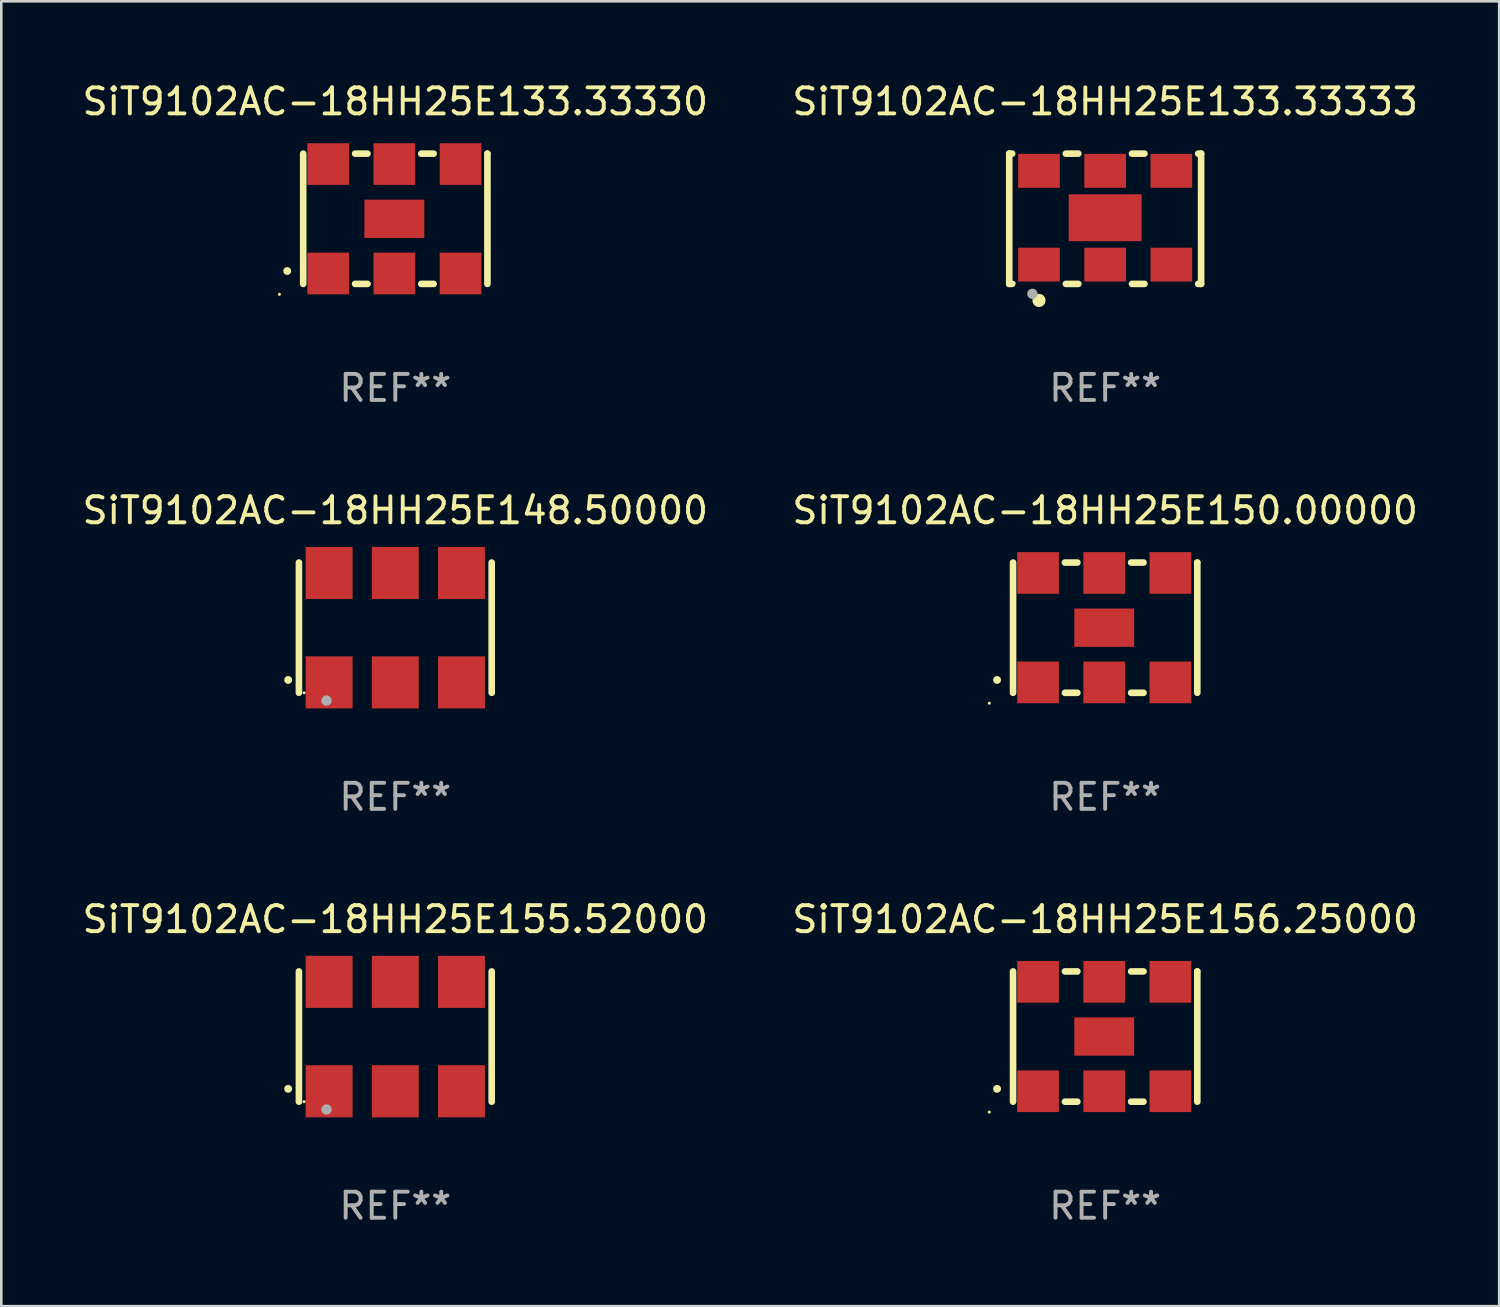
<source format=kicad_pcb>
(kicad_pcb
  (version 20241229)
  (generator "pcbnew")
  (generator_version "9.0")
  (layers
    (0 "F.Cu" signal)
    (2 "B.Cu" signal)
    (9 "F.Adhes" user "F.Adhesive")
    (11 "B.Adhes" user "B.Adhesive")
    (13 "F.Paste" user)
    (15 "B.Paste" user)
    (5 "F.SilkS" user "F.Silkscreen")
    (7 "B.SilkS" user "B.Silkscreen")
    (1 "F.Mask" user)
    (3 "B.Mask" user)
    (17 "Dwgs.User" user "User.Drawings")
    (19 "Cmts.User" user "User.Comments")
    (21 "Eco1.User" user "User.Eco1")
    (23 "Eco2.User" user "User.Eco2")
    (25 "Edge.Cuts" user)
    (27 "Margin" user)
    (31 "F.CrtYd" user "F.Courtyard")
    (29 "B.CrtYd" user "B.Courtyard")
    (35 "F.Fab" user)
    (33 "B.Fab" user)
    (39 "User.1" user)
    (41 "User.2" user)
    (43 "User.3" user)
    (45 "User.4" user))
  (footprint "SiT9102AC-18HH25E133.33330"
    (layer "F.Cu")
    (at 12.125 5.348)
    (property "Reference" "SiT9102AC-18HH25E133.33330" (at 0 -4.5 0) (layer "F.SilkS") (effects (font (size 1 1) (thickness 0.15))))
    (attr through_hole)
    (fp_line (start -3.536 -2.5) (end -3.536 2.5) (stroke (width 0.254) (type solid)) (layer "F.SilkS"))
    (fp_line (start -1.544 2.5) (end -1.067 2.5) (stroke (width 0.254) (type solid)) (layer "F.SilkS"))
    (fp_line (start -1.067 -2.5) (end -1.544 -2.5) (stroke (width 0.254) (type solid)) (layer "F.SilkS"))
    (fp_line (start 0.996 2.5) (end 1.473 2.5) (stroke (width 0.254) (type solid)) (layer "F.SilkS"))
    (fp_line (start 1.473 -2.5) (end 0.996 -2.5) (stroke (width 0.254) (type solid)) (layer "F.SilkS"))
    (fp_line (start 3.536 -2.5) (end 3.536 -2.5) (stroke (width 0.254) (type solid)) (layer "F.SilkS"))
    (fp_line (start 3.536 2.5) (end 3.536 -2.5) (stroke (width 0.254) (type solid)) (layer "F.SilkS"))
    (fp_arc (start -4.150432 2.006604) (mid -4.149162 2.006599) (end -4.147892 2.006604) (stroke (width 0.3) (type solid)) (layer "F.SilkS"))
    (fp_circle (center -4.449 2.9) (end -4.419 2.9) (stroke (width 0.06) (type solid)) (fill no) (layer "F.SilkS"))
    (fp_text user "REF**" (at 0 6.5 0) (layer "F.Fab") (effects (font (size 1 1) (thickness 0.15))))
    (pad "1" smd rect (at -2.576 2.1) (size 1.6 1.6) (layers "F.Cu" "F.Mask" "F.Paste"))
    (pad "2" smd rect (at -0.036 2.1) (size 1.6 1.6) (layers "F.Cu" "F.Mask" "F.Paste"))
    (pad "3" smd rect (at 2.504 2.1) (size 1.6 1.6) (layers "F.Cu" "F.Mask" "F.Paste"))
    (pad "4" smd rect (at 2.504 -2.1) (size 1.6 1.6) (layers "F.Cu" "F.Mask" "F.Paste"))
    (pad "5" smd rect (at -0.036 -2.1) (size 1.6 1.6) (layers "F.Cu" "F.Mask" "F.Paste"))
    (pad "6" smd rect (at -2.576 -2.1) (size 1.6 1.6) (layers "F.Cu" "F.Mask" "F.Paste"))
    (pad "7" smd rect (at -0.036 0) (size 2.3 1.47) (layers "F.Cu" "F.Mask" "F.Paste")))
  (footprint "SiT9102AC-18HH25E155.52000"
    (layer "F.Cu")
    (at 12.125 36.741)
    (property "Reference" "SiT9102AC-18HH25E155.52000" (at 0 -4.5 0) (layer "F.SilkS") (effects (font (size 1 1) (thickness 0.15))))
    (attr through_hole)
    (fp_line (start -3.7 -2.5) (end -3.7 2.5) (stroke (width 0.254) (type solid)) (layer "F.SilkS"))
    (fp_line (start 3.7 -2.5) (end 3.7 2.5) (stroke (width 0.254) (type solid)) (layer "F.SilkS"))
    (fp_arc (start -4.114415 2.006604) (mid -4.113145 2.006599) (end -4.111875 2.006604) (stroke (width 0.3) (type solid)) (layer "F.SilkS"))
    (fp_circle (center -3.5 2.501) (end -3.47 2.501) (stroke (width 0.06) (type solid)) (fill no) (layer "F.SilkS"))
    (fp_circle (center -2.641 2.799) (end -2.541 2.799) (stroke (width 0.2) (type solid)) (fill no) (layer "F.Fab"))
    (fp_text user "REF**" (at 0 6.5 0) (layer "F.Fab") (effects (font (size 1 1) (thickness 0.15))))
    (pad "1" smd rect (at -2.54 2.1) (size 1.8 2) (layers "F.Cu" "F.Mask" "F.Paste"))
    (pad "2" smd rect (at 0.000394 2.1) (size 1.8 2) (layers "F.Cu" "F.Mask" "F.Paste"))
    (pad "3" smd rect (at 2.54 2.1) (size 1.8 2) (layers "F.Cu" "F.Mask" "F.Paste"))
    (pad "4" smd rect (at 2.54 -2.1) (size 1.8 2) (layers "F.Cu" "F.Mask" "F.Paste"))
    (pad "5" smd rect (at 0.000394 -2.1) (size 1.8 2) (layers "F.Cu" "F.Mask" "F.Paste"))
    (pad "6" smd rect (at -2.54 -2.1) (size 1.8 2) (layers "F.Cu" "F.Mask" "F.Paste")))
  (footprint "SiT9102AC-18HH25E150.00000"
    (layer "F.Cu")
    (at 39.375 21.045)
    (property "Reference" "SiT9102AC-18HH25E150.00000" (at 0 -4.5 0) (layer "F.SilkS") (effects (font (size 1 1) (thickness 0.15))))
    (attr through_hole)
    (fp_line (start -3.536 -2.5) (end -3.536 2.5) (stroke (width 0.254) (type solid)) (layer "F.SilkS"))
    (fp_line (start -1.544 2.5) (end -1.067 2.5) (stroke (width 0.254) (type solid)) (layer "F.SilkS"))
    (fp_line (start -1.067 -2.5) (end -1.544 -2.5) (stroke (width 0.254) (type solid)) (layer "F.SilkS"))
    (fp_line (start 0.996 2.5) (end 1.473 2.5) (stroke (width 0.254) (type solid)) (layer "F.SilkS"))
    (fp_line (start 1.473 -2.5) (end 0.996 -2.5) (stroke (width 0.254) (type solid)) (layer "F.SilkS"))
    (fp_line (start 3.536 -2.5) (end 3.536 -2.5) (stroke (width 0.254) (type solid)) (layer "F.SilkS"))
    (fp_line (start 3.536 2.5) (end 3.536 -2.5) (stroke (width 0.254) (type solid)) (layer "F.SilkS"))
    (fp_arc (start -4.150432 2.006604) (mid -4.149162 2.006599) (end -4.147892 2.006604) (stroke (width 0.3) (type solid)) (layer "F.SilkS"))
    (fp_circle (center -4.449 2.9) (end -4.419 2.9) (stroke (width 0.06) (type solid)) (fill no) (layer "F.SilkS"))
    (fp_text user "REF**" (at 0 6.5 0) (layer "F.Fab") (effects (font (size 1 1) (thickness 0.15))))
    (pad "1" smd rect (at -2.576 2.1) (size 1.6 1.6) (layers "F.Cu" "F.Mask" "F.Paste"))
    (pad "2" smd rect (at -0.036 2.1) (size 1.6 1.6) (layers "F.Cu" "F.Mask" "F.Paste"))
    (pad "3" smd rect (at 2.504 2.1) (size 1.6 1.6) (layers "F.Cu" "F.Mask" "F.Paste"))
    (pad "4" smd rect (at 2.504 -2.1) (size 1.6 1.6) (layers "F.Cu" "F.Mask" "F.Paste"))
    (pad "5" smd rect (at -0.036 -2.1) (size 1.6 1.6) (layers "F.Cu" "F.Mask" "F.Paste"))
    (pad "6" smd rect (at -2.576 -2.1) (size 1.6 1.6) (layers "F.Cu" "F.Mask" "F.Paste"))
    (pad "7" smd rect (at -0.036 0) (size 2.3 1.47) (layers "F.Cu" "F.Mask" "F.Paste")))
  (footprint "SiT9102AC-18HH25E148.50000"
    (layer "F.Cu")
    (at 12.125 21.045)
    (property "Reference" "SiT9102AC-18HH25E148.50000" (at 0 -4.5 0) (layer "F.SilkS") (effects (font (size 1 1) (thickness 0.15))))
    (attr through_hole)
    (fp_line (start -3.7 -2.5) (end -3.7 2.5) (stroke (width 0.254) (type solid)) (layer "F.SilkS"))
    (fp_line (start 3.7 -2.5) (end 3.7 2.5) (stroke (width 0.254) (type solid)) (layer "F.SilkS"))
    (fp_arc (start -4.114415 2.006604) (mid -4.113145 2.006599) (end -4.111875 2.006604) (stroke (width 0.3) (type solid)) (layer "F.SilkS"))
    (fp_circle (center -3.5 2.501) (end -3.47 2.501) (stroke (width 0.06) (type solid)) (fill no) (layer "F.SilkS"))
    (fp_circle (center -2.641 2.799) (end -2.541 2.799) (stroke (width 0.2) (type solid)) (fill no) (layer "F.Fab"))
    (fp_text user "REF**" (at 0 6.5 0) (layer "F.Fab") (effects (font (size 1 1) (thickness 0.15))))
    (pad "1" smd rect (at -2.54 2.1) (size 1.8 2) (layers "F.Cu" "F.Mask" "F.Paste"))
    (pad "2" smd rect (at 0.000394 2.1) (size 1.8 2) (layers "F.Cu" "F.Mask" "F.Paste"))
    (pad "3" smd rect (at 2.54 2.1) (size 1.8 2) (layers "F.Cu" "F.Mask" "F.Paste"))
    (pad "4" smd rect (at 2.54 -2.1) (size 1.8 2) (layers "F.Cu" "F.Mask" "F.Paste"))
    (pad "5" smd rect (at 0.000394 -2.1) (size 1.8 2) (layers "F.Cu" "F.Mask" "F.Paste"))
    (pad "6" smd rect (at -2.54 -2.1) (size 1.8 2) (layers "F.Cu" "F.Mask" "F.Paste")))
  (footprint "SiT9102AC-18HH25E133.33333"
    (layer "F.Cu")
    (at 39.375 5.348)
    (property "Reference" "SiT9102AC-18HH25E133.33333" (at 0 -4.5 0) (layer "F.SilkS") (effects (font (size 1 1) (thickness 0.15))))
    (attr through_hole)
    (fp_line (start -3.683 -2.5) (end -3.571 -2.5) (stroke (width 0.254) (type solid)) (layer "F.SilkS"))
    (fp_line (start -3.683 2.5) (end -3.683 -2.5) (stroke (width 0.254) (type solid)) (layer "F.SilkS"))
    (fp_line (start -3.683 2.5) (end -3.571 2.5) (stroke (width 0.254) (type solid)) (layer "F.SilkS"))
    (fp_line (start -1.509 -2.5) (end -1.031 -2.5) (stroke (width 0.254) (type solid)) (layer "F.SilkS"))
    (fp_line (start -1.509 2.5) (end -1.031 2.5) (stroke (width 0.254) (type solid)) (layer "F.SilkS"))
    (fp_line (start 1.031 -2.5) (end 1.509 -2.5) (stroke (width 0.254) (type solid)) (layer "F.SilkS"))
    (fp_line (start 1.031 2.5) (end 1.509 2.5) (stroke (width 0.254) (type solid)) (layer "F.SilkS"))
    (fp_line (start 3.571 -2.5) (end 3.683 -2.5) (stroke (width 0.254) (type solid)) (layer "F.SilkS"))
    (fp_line (start 3.571 2.5) (end 3.683 2.5) (stroke (width 0.254) (type solid)) (layer "F.SilkS"))
    (fp_line (start 3.683 2.5) (end 3.683 -2.5) (stroke (width 0.254) (type solid)) (layer "F.SilkS"))
    (fp_circle (center -3.5 2.46) (end -3.47 2.46) (stroke (width 0.06) (type solid)) (fill no) (layer "F.SilkS"))
    (fp_circle (center -2.54 3.135) (end -2.413 3.135) (stroke (width 0.254) (type solid)) (fill no) (layer "F.SilkS"))
    (fp_circle (center -2.794 2.881) (end -2.694 2.881) (stroke (width 0.2) (type solid)) (fill no) (layer "F.Fab"))
    (fp_text user "REF**" (at 0 6.5 0) (layer "F.Fab") (effects (font (size 1 1) (thickness 0.15))))
    (pad "1" smd rect (at -2.54 1.76) (size 1.6 1.3) (layers "F.Cu" "F.Mask" "F.Paste"))
    (pad "2" smd rect (at 0 1.76) (size 1.6 1.3) (layers "F.Cu" "F.Mask" "F.Paste"))
    (pad "3" smd rect (at 2.54 1.76) (size 1.6 1.3) (layers "F.Cu" "F.Mask" "F.Paste"))
    (pad "4" smd rect (at 2.54 -1.84) (size 1.6 1.3) (layers "F.Cu" "F.Mask" "F.Paste"))
    (pad "5" smd rect (at 0 -1.84) (size 1.6 1.3) (layers "F.Cu" "F.Mask" "F.Paste"))
    (pad "6" smd rect (at -2.54 -1.84) (size 1.6 1.3) (layers "F.Cu" "F.Mask" "F.Paste"))
    (pad "7" smd rect (at 0 -0.04) (size 2.8 1.8) (layers "F.Cu" "F.Mask" "F.Paste")))
  (footprint "SiT9102AC-18HH25E156.25000"
    (layer "F.Cu")
    (at 39.375 36.741)
    (property "Reference" "SiT9102AC-18HH25E156.25000" (at 0 -4.5 0) (layer "F.SilkS") (effects (font (size 1 1) (thickness 0.15))))
    (attr through_hole)
    (fp_line (start -3.536 -2.5) (end -3.536 2.5) (stroke (width 0.254) (type solid)) (layer "F.SilkS"))
    (fp_line (start -1.544 2.5) (end -1.067 2.5) (stroke (width 0.254) (type solid)) (layer "F.SilkS"))
    (fp_line (start -1.067 -2.5) (end -1.544 -2.5) (stroke (width 0.254) (type solid)) (layer "F.SilkS"))
    (fp_line (start 0.996 2.5) (end 1.473 2.5) (stroke (width 0.254) (type solid)) (layer "F.SilkS"))
    (fp_line (start 1.473 -2.5) (end 0.996 -2.5) (stroke (width 0.254) (type solid)) (layer "F.SilkS"))
    (fp_line (start 3.536 -2.5) (end 3.536 -2.5) (stroke (width 0.254) (type solid)) (layer "F.SilkS"))
    (fp_line (start 3.536 2.5) (end 3.536 -2.5) (stroke (width 0.254) (type solid)) (layer "F.SilkS"))
    (fp_arc (start -4.150432 2.006604) (mid -4.149162 2.006599) (end -4.147892 2.006604) (stroke (width 0.3) (type solid)) (layer "F.SilkS"))
    (fp_circle (center -4.449 2.9) (end -4.419 2.9) (stroke (width 0.06) (type solid)) (fill no) (layer "F.SilkS"))
    (fp_text user "REF**" (at 0 6.5 0) (layer "F.Fab") (effects (font (size 1 1) (thickness 0.15))))
    (pad "1" smd rect (at -2.576 2.1) (size 1.6 1.6) (layers "F.Cu" "F.Mask" "F.Paste"))
    (pad "2" smd rect (at -0.036 2.1) (size 1.6 1.6) (layers "F.Cu" "F.Mask" "F.Paste"))
    (pad "3" smd rect (at 2.504 2.1) (size 1.6 1.6) (layers "F.Cu" "F.Mask" "F.Paste"))
    (pad "4" smd rect (at 2.504 -2.1) (size 1.6 1.6) (layers "F.Cu" "F.Mask" "F.Paste"))
    (pad "5" smd rect (at -0.036 -2.1) (size 1.6 1.6) (layers "F.Cu" "F.Mask" "F.Paste"))
    (pad "6" smd rect (at -2.576 -2.1) (size 1.6 1.6) (layers "F.Cu" "F.Mask" "F.Paste"))
    (pad "7" smd rect (at -0.036 0) (size 2.3 1.47) (layers "F.Cu" "F.Mask" "F.Paste")))
  (gr_rect
    (start -3 -3)
    (end 54.5 47.09)
    (stroke (width 0.1) (type default))
    (fill no)
    (layer "Edge.Cuts")))
</source>
